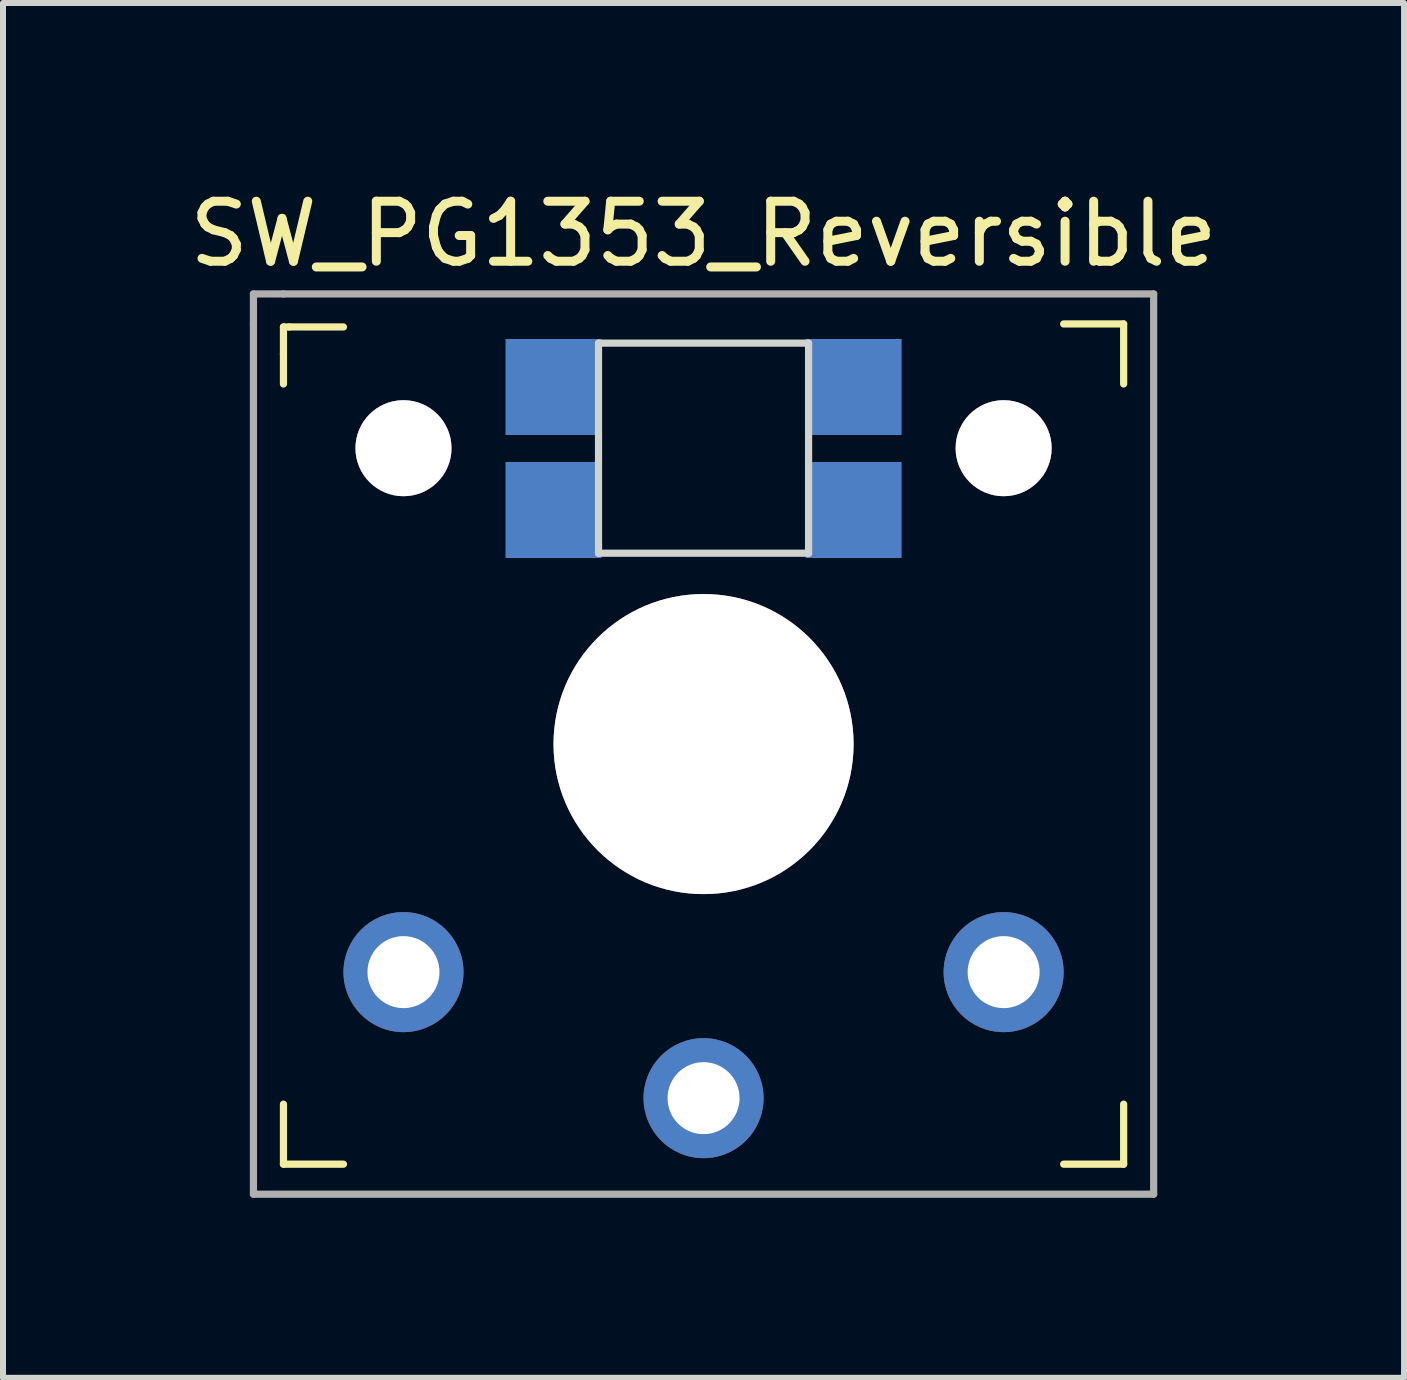
<source format=kicad_pcb>
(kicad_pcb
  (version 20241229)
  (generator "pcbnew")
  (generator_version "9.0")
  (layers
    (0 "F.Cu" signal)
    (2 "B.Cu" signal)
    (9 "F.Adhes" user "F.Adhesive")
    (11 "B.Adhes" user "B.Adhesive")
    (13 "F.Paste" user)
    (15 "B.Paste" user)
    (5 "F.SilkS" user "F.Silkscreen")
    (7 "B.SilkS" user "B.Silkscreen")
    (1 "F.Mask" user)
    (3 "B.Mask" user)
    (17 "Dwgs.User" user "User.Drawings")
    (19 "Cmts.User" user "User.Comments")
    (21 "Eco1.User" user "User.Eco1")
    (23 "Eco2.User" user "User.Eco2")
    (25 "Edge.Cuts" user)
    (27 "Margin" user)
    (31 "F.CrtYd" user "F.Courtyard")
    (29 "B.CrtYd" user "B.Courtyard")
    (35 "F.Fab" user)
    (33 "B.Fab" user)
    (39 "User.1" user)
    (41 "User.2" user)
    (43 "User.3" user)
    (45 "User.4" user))
  (footprint "SW_PG1353_Reversible"
    (layer "F.Cu")
    (at 8.673 9.348)
    (property "Reference" "SW_PG1353_Reversible" (at 0 -8.5 0) (layer "F.SilkS") (effects (font (size 1 1) (thickness 0.15))))
    (attr through_hole)
    (fp_line (start -7 -6.5) (end -7 -6.95) (stroke (width 0.12) (type solid)) (layer "F.SilkS"))
    (fp_line (start -7 -6.5) (end -7 -6) (stroke (width 0.12) (type solid)) (layer "F.SilkS"))
    (fp_line (start -7 7) (end -7 6) (stroke (width 0.12) (type solid)) (layer "F.SilkS"))
    (fp_line (start -7 7) (end -6 7) (stroke (width 0.12) (type solid)) (layer "F.SilkS"))
    (fp_line (start -6.9 -6.95) (end -7 -6.95) (stroke (width 0.12) (type solid)) (layer "F.SilkS"))
    (fp_line (start -6.9 -6.95) (end -6 -6.95) (stroke (width 0.12) (type solid)) (layer "F.SilkS"))
    (fp_line (start 7 -7) (end 6 -7) (stroke (width 0.12) (type solid)) (layer "F.SilkS"))
    (fp_line (start 7 -7) (end 7 -6) (stroke (width 0.12) (type solid)) (layer "F.SilkS"))
    (fp_line (start 7 7) (end 6 7) (stroke (width 0.12) (type solid)) (layer "F.SilkS"))
    (fp_line (start 7 7) (end 7 6) (stroke (width 0.12) (type solid)) (layer "F.SilkS"))
    (fp_line (start -6.9 -6.9) (end -6.9 6.9) (stroke (width 0.12) (type solid)) (layer "Eco2.User"))
    (fp_line (start -6.9 6.9) (end 6.9 6.9) (stroke (width 0.12) (type solid)) (layer "Eco2.User"))
    (fp_line (start 6.9 -6.9) (end -6.9 -6.9) (stroke (width 0.12) (type solid)) (layer "Eco2.User"))
    (fp_line (start 6.9 6.9) (end 6.9 -6.9) (stroke (width 0.12) (type solid)) (layer "Eco2.User"))
    (fp_line (start -1.75 -6.68) (end 1.75 -6.68) (stroke (width 0.12) (type solid)) (layer "Edge.Cuts"))
    (fp_line (start -1.75 -3.18) (end -1.75 -6.68) (stroke (width 0.12) (type solid)) (layer "Edge.Cuts"))
    (fp_line (start 1.75 -6.68) (end 1.75 -3.18) (stroke (width 0.12) (type solid)) (layer "Edge.Cuts"))
    (fp_line (start 1.75 -3.18) (end -1.75 -3.18) (stroke (width 0.12) (type solid)) (layer "Edge.Cuts"))
    (fp_line (start -7.5 -7.5) (end -7.5 -7) (stroke (width 0.12) (type solid)) (layer "F.Fab"))
    (fp_line (start -7.5 -7) (end -7.5 7.5) (stroke (width 0.12) (type solid)) (layer "F.Fab"))
    (fp_line (start -7.5 7.5) (end 7.5 7.5) (stroke (width 0.12) (type solid)) (layer "F.Fab"))
    (fp_line (start -7 -7.5) (end -7.5 -7.5) (stroke (width 0.12) (type solid)) (layer "F.Fab"))
    (fp_line (start 7.5 -7.5) (end -7 -7.5) (stroke (width 0.12) (type solid)) (layer "F.Fab"))
    (fp_line (start 7.5 7.5) (end 7.5 -7.5) (stroke (width 0.12) (type solid)) (layer "F.Fab"))
    (pad "" thru_hole circle (at -5 -4.93) (size 1.6 1.6) (drill 1.6) (layers "*.Cu" "*.Mask"))
    (pad "" thru_hole circle (at 0 0) (size 5 5) (drill 5) (layers "*.Cu" "*.Mask"))
    (pad "" thru_hole circle (at 5 -4.93) (size 1.6 1.6) (drill 1.6) (layers "*.Cu" "*.Mask"))
    (pad "1" thru_hole circle (at -5 3.8) (size 2 2) (drill 1.2) (layers "*.Cu" "*.Mask"))
    (pad "1" thru_hole circle (at 5 3.8) (size 2 2) (drill 1.2) (layers "*.Cu" "*.Mask"))
    (pad "2" thru_hole circle (at 0 5.9) (size 2 2) (drill 1.2) (layers "*.Cu" "*.Mask"))
    (pad "3" smd rect (at 2.5 -3.9) (size 1.6 1.6) (layers "B.Cu" "B.Mask" "B.Paste"))
    (pad "4" smd rect (at 2.5 -5.95) (size 1.6 1.6) (layers "B.Cu" "B.Mask" "B.Paste"))
    (pad "5" smd rect (at -2.5 -5.95) (size 1.6 1.6) (layers "B.Cu" "B.Mask" "B.Paste"))
    (pad "6" smd rect (at -2.5 -3.9) (size 1.6 1.6) (layers "B.Cu" "B.Mask" "B.Paste")))
  (gr_rect
    (start -3 -3)
    (end 20.345 19.908)
    (stroke (width 0.1) (type default))
    (fill no)
    (layer "Edge.Cuts")))
</source>
